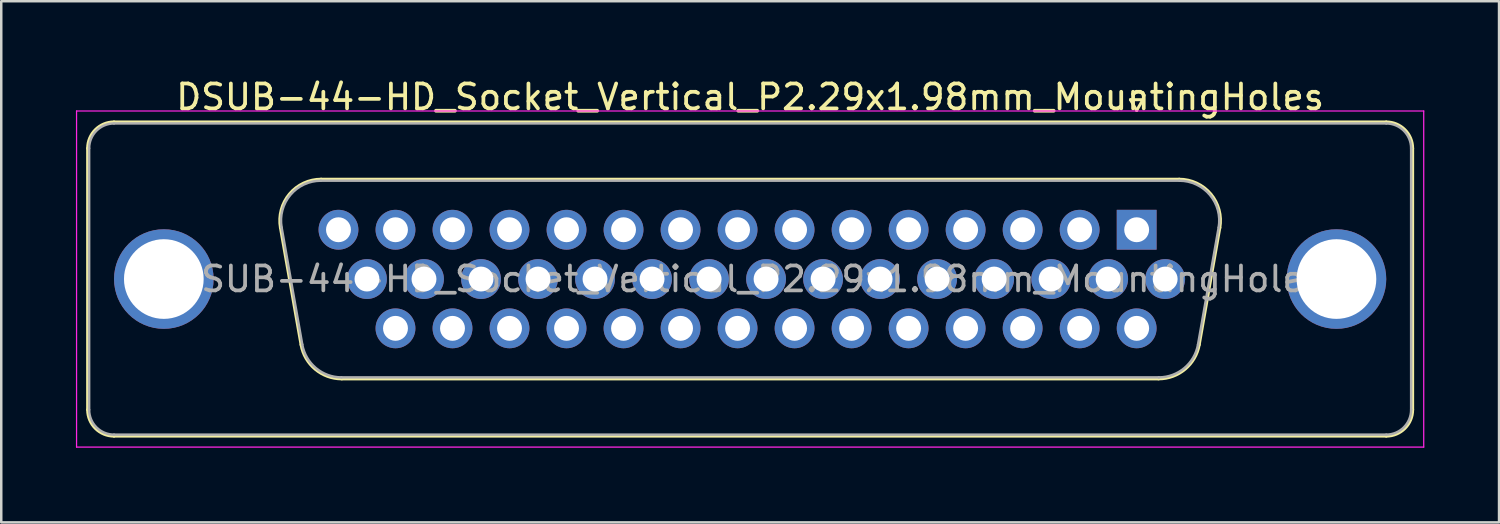
<source format=kicad_pcb>
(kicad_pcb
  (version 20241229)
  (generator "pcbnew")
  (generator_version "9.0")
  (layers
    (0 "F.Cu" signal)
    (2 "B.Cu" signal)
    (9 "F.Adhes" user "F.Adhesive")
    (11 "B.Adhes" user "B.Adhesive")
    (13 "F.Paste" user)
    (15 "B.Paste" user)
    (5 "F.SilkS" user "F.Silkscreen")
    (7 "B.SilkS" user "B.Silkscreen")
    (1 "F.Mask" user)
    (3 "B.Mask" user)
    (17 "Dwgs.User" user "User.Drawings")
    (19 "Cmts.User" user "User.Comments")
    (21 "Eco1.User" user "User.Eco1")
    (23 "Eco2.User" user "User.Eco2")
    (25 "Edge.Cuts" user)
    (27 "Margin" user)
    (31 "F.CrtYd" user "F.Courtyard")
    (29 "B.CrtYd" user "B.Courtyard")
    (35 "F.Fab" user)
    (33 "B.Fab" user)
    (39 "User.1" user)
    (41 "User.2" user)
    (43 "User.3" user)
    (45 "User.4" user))
  (footprint "DSUB-44-HD_Socket_Vertical_P2.29x1.98mm_MountingHoles"
    (layer "F.Cu")
    (at 42.605 6.178)
    (property "Reference" "DSUB-44-HD_Socket_Vertical_P2.29x1.98mm_MountingHoles" (at -15.525 -5.33 0) (layer "F.SilkS") (effects (font (size 1 1) (thickness 0.15))))
    (attr through_hole)
    (fp_line (start -42.135 7.23) (end -42.135 -3.27) (stroke (width 0.12) (type solid)) (layer "F.SilkS"))
    (fp_line (start -41.075 -4.33) (end 10.025 -4.33) (stroke (width 0.12) (type solid)) (layer "F.SilkS"))
    (fp_line (start -34.391 -0.082) (end -33.563 4.618) (stroke (width 0.12) (type solid)) (layer "F.SilkS"))
    (fp_line (start -32.757 -2.03) (end 1.707 -2.03) (stroke (width 0.12) (type solid)) (layer "F.SilkS"))
    (fp_line (start -31.928 5.99) (end 0.878 5.99) (stroke (width 0.12) (type solid)) (layer "F.SilkS"))
    (fp_line (start -0.25 -5.224) (end 0.25 -5.224) (stroke (width 0.12) (type solid)) (layer "F.SilkS"))
    (fp_line (start 0 -4.791) (end -0.25 -5.224) (stroke (width 0.12) (type solid)) (layer "F.SilkS"))
    (fp_line (start 0.25 -5.224) (end 0 -4.791) (stroke (width 0.12) (type solid)) (layer "F.SilkS"))
    (fp_line (start 3.341 -0.082) (end 2.513 4.618) (stroke (width 0.12) (type solid)) (layer "F.SilkS"))
    (fp_line (start 10.025 8.29) (end -41.075 8.29) (stroke (width 0.12) (type solid)) (layer "F.SilkS"))
    (fp_line (start 11.085 -3.27) (end 11.085 7.23) (stroke (width 0.12) (type solid)) (layer "F.SilkS"))
    (fp_arc (start -42.135 -3.27) (mid -41.824533 -4.019533) (end -41.075 -4.33) (stroke (width 0.12) (type solid)) (layer "F.SilkS"))
    (fp_arc (start -41.075 8.29) (mid -41.824533 7.979533) (end -42.135 7.23) (stroke (width 0.12) (type solid)) (layer "F.SilkS"))
    (fp_arc (start -34.39147 -0.081744) (mid -34.028323 -1.437027) (end -32.756689 -2.03) (stroke (width 0.12) (type solid)) (layer "F.SilkS"))
    (fp_arc (start -31.927952 5.99) (mid -32.99498 5.601634) (end -33.562733 4.618256) (stroke (width 0.12) (type solid)) (layer "F.SilkS"))
    (fp_arc (start 1.706689 -2.03) (mid 2.978323 -1.437027) (end 3.34147 -0.081744) (stroke (width 0.12) (type solid)) (layer "F.SilkS"))
    (fp_arc (start 2.512733 4.618256) (mid 1.94498 5.601634) (end 0.877952 5.99) (stroke (width 0.12) (type solid)) (layer "F.SilkS"))
    (fp_arc (start 10.025 -4.33) (mid 10.774533 -4.019533) (end 11.085 -3.27) (stroke (width 0.12) (type solid)) (layer "F.SilkS"))
    (fp_arc (start 11.085 7.23) (mid 10.774533 7.979533) (end 10.025 8.29) (stroke (width 0.12) (type solid)) (layer "F.SilkS"))
    (fp_line (start -42.58 -4.77) (end -42.58 8.73) (stroke (width 0.05) (type solid)) (layer "F.CrtYd"))
    (fp_line (start -42.58 8.73) (end 11.53 8.73) (stroke (width 0.05) (type solid)) (layer "F.CrtYd"))
    (fp_line (start 11.53 -4.77) (end -42.58 -4.77) (stroke (width 0.05) (type solid)) (layer "F.CrtYd"))
    (fp_line (start 11.53 8.73) (end 11.53 -4.77) (stroke (width 0.05) (type solid)) (layer "F.CrtYd"))
    (fp_line (start -42.075 7.23) (end -42.075 -3.27) (stroke (width 0.1) (type solid)) (layer "F.Fab"))
    (fp_line (start -41.075 -4.27) (end 10.025 -4.27) (stroke (width 0.1) (type solid)) (layer "F.Fab"))
    (fp_line (start -34.344 -0.092) (end -33.515 4.608) (stroke (width 0.1) (type solid)) (layer "F.Fab"))
    (fp_line (start -32.768 -1.97) (end 1.718 -1.97) (stroke (width 0.1) (type solid)) (layer "F.Fab"))
    (fp_line (start -31.939 5.93) (end 0.889 5.93) (stroke (width 0.1) (type solid)) (layer "F.Fab"))
    (fp_line (start 3.294 -0.092) (end 2.465 4.608) (stroke (width 0.1) (type solid)) (layer "F.Fab"))
    (fp_line (start 10.025 8.23) (end -41.075 8.23) (stroke (width 0.1) (type solid)) (layer "F.Fab"))
    (fp_line (start 11.025 -3.27) (end 11.025 7.23) (stroke (width 0.1) (type solid)) (layer "F.Fab"))
    (fp_arc (start -42.075 -3.27) (mid -41.782107 -3.977107) (end -41.075 -4.27) (stroke (width 0.1) (type solid)) (layer "F.Fab"))
    (fp_arc (start -41.075 8.23) (mid -41.782107 7.937107) (end -42.075 7.23) (stroke (width 0.1) (type solid)) (layer "F.Fab"))
    (fp_arc (start -34.343887 -0.092163) (mid -33.993865 -1.39846) (end -32.768194 -1.97) (stroke (width 0.1) (type solid)) (layer "F.Fab"))
    (fp_arc (start -31.939457 5.93) (mid -32.967918 5.555671) (end -33.51515 4.607837) (stroke (width 0.1) (type solid)) (layer "F.Fab"))
    (fp_arc (start 1.718194 -1.97) (mid 2.943865 -1.39846) (end 3.293887 -0.092163) (stroke (width 0.1) (type solid)) (layer "F.Fab"))
    (fp_arc (start 2.46515 4.607837) (mid 1.917918 5.555671) (end 0.889457 5.93) (stroke (width 0.1) (type solid)) (layer "F.Fab"))
    (fp_arc (start 10.025 -4.27) (mid 10.732107 -3.977107) (end 11.025 -3.27) (stroke (width 0.1) (type solid)) (layer "F.Fab"))
    (fp_arc (start 11.025 7.23) (mid 10.732107 7.937107) (end 10.025 8.23) (stroke (width 0.1) (type solid)) (layer "F.Fab"))
    (fp_text user "${REFERENCE}" (at -15.525 1.98 0) (layer "F.Fab") (effects (font (size 1 1) (thickness 0.15))))
    (pad "0" thru_hole circle (at -39.075 1.98) (size 4 4) (drill 3.2) (layers "*.Cu" "*.Mask"))
    (pad "0" thru_hole circle (at 8.025 1.98) (size 4 4) (drill 3.2) (layers "*.Cu" "*.Mask"))
    (pad "1" thru_hole rect (at 0 0) (size 1.6 1.6) (drill 1) (layers "*.Cu" "*.Mask"))
    (pad "2" thru_hole circle (at -2.29 0) (size 1.6 1.6) (drill 1) (layers "*.Cu" "*.Mask"))
    (pad "3" thru_hole circle (at -4.58 0) (size 1.6 1.6) (drill 1) (layers "*.Cu" "*.Mask"))
    (pad "4" thru_hole circle (at -6.87 0) (size 1.6 1.6) (drill 1) (layers "*.Cu" "*.Mask"))
    (pad "5" thru_hole circle (at -9.16 0) (size 1.6 1.6) (drill 1) (layers "*.Cu" "*.Mask"))
    (pad "6" thru_hole circle (at -11.45 0) (size 1.6 1.6) (drill 1) (layers "*.Cu" "*.Mask"))
    (pad "7" thru_hole circle (at -13.74 0) (size 1.6 1.6) (drill 1) (layers "*.Cu" "*.Mask"))
    (pad "8" thru_hole circle (at -16.03 0) (size 1.6 1.6) (drill 1) (layers "*.Cu" "*.Mask"))
    (pad "9" thru_hole circle (at -18.32 0) (size 1.6 1.6) (drill 1) (layers "*.Cu" "*.Mask"))
    (pad "10" thru_hole circle (at -20.61 0) (size 1.6 1.6) (drill 1) (layers "*.Cu" "*.Mask"))
    (pad "11" thru_hole circle (at -22.9 0) (size 1.6 1.6) (drill 1) (layers "*.Cu" "*.Mask"))
    (pad "12" thru_hole circle (at -25.19 0) (size 1.6 1.6) (drill 1) (layers "*.Cu" "*.Mask"))
    (pad "13" thru_hole circle (at -27.48 0) (size 1.6 1.6) (drill 1) (layers "*.Cu" "*.Mask"))
    (pad "14" thru_hole circle (at -29.77 0) (size 1.6 1.6) (drill 1) (layers "*.Cu" "*.Mask"))
    (pad "15" thru_hole circle (at -32.06 0) (size 1.6 1.6) (drill 1) (layers "*.Cu" "*.Mask"))
    (pad "16" thru_hole circle (at 1.145 1.98) (size 1.6 1.6) (drill 1) (layers "*.Cu" "*.Mask"))
    (pad "17" thru_hole circle (at -1.145 1.98) (size 1.6 1.6) (drill 1) (layers "*.Cu" "*.Mask"))
    (pad "18" thru_hole circle (at -3.435 1.98) (size 1.6 1.6) (drill 1) (layers "*.Cu" "*.Mask"))
    (pad "19" thru_hole circle (at -5.725 1.98) (size 1.6 1.6) (drill 1) (layers "*.Cu" "*.Mask"))
    (pad "20" thru_hole circle (at -8.015 1.98) (size 1.6 1.6) (drill 1) (layers "*.Cu" "*.Mask"))
    (pad "21" thru_hole circle (at -10.305 1.98) (size 1.6 1.6) (drill 1) (layers "*.Cu" "*.Mask"))
    (pad "22" thru_hole circle (at -12.595 1.98) (size 1.6 1.6) (drill 1) (layers "*.Cu" "*.Mask"))
    (pad "23" thru_hole circle (at -14.885 1.98) (size 1.6 1.6) (drill 1) (layers "*.Cu" "*.Mask"))
    (pad "24" thru_hole circle (at -17.175 1.98) (size 1.6 1.6) (drill 1) (layers "*.Cu" "*.Mask"))
    (pad "25" thru_hole circle (at -19.465 1.98) (size 1.6 1.6) (drill 1) (layers "*.Cu" "*.Mask"))
    (pad "26" thru_hole circle (at -21.755 1.98) (size 1.6 1.6) (drill 1) (layers "*.Cu" "*.Mask"))
    (pad "27" thru_hole circle (at -24.045 1.98) (size 1.6 1.6) (drill 1) (layers "*.Cu" "*.Mask"))
    (pad "28" thru_hole circle (at -26.335 1.98) (size 1.6 1.6) (drill 1) (layers "*.Cu" "*.Mask"))
    (pad "29" thru_hole circle (at -28.625 1.98) (size 1.6 1.6) (drill 1) (layers "*.Cu" "*.Mask"))
    (pad "30" thru_hole circle (at -30.915 1.98) (size 1.6 1.6) (drill 1) (layers "*.Cu" "*.Mask"))
    (pad "31" thru_hole circle (at 0 3.96) (size 1.6 1.6) (drill 1) (layers "*.Cu" "*.Mask"))
    (pad "32" thru_hole circle (at -2.29 3.96) (size 1.6 1.6) (drill 1) (layers "*.Cu" "*.Mask"))
    (pad "33" thru_hole circle (at -4.58 3.96) (size 1.6 1.6) (drill 1) (layers "*.Cu" "*.Mask"))
    (pad "34" thru_hole circle (at -6.87 3.96) (size 1.6 1.6) (drill 1) (layers "*.Cu" "*.Mask"))
    (pad "35" thru_hole circle (at -9.16 3.96) (size 1.6 1.6) (drill 1) (layers "*.Cu" "*.Mask"))
    (pad "36" thru_hole circle (at -11.45 3.96) (size 1.6 1.6) (drill 1) (layers "*.Cu" "*.Mask"))
    (pad "37" thru_hole circle (at -13.74 3.96) (size 1.6 1.6) (drill 1) (layers "*.Cu" "*.Mask"))
    (pad "38" thru_hole circle (at -16.03 3.96) (size 1.6 1.6) (drill 1) (layers "*.Cu" "*.Mask"))
    (pad "39" thru_hole circle (at -18.32 3.96) (size 1.6 1.6) (drill 1) (layers "*.Cu" "*.Mask"))
    (pad "40" thru_hole circle (at -20.61 3.96) (size 1.6 1.6) (drill 1) (layers "*.Cu" "*.Mask"))
    (pad "41" thru_hole circle (at -22.9 3.96) (size 1.6 1.6) (drill 1) (layers "*.Cu" "*.Mask"))
    (pad "42" thru_hole circle (at -25.19 3.96) (size 1.6 1.6) (drill 1) (layers "*.Cu" "*.Mask"))
    (pad "43" thru_hole circle (at -27.48 3.96) (size 1.6 1.6) (drill 1) (layers "*.Cu" "*.Mask"))
    (pad "44" thru_hole circle (at -29.77 3.96) (size 1.6 1.6) (drill 1) (layers "*.Cu" "*.Mask")))
  (gr_rect
    (start -3 -3)
    (end 57.16 17.933)
    (stroke (width 0.1) (type default))
    (fill no)
    (layer "Edge.Cuts")))
</source>
